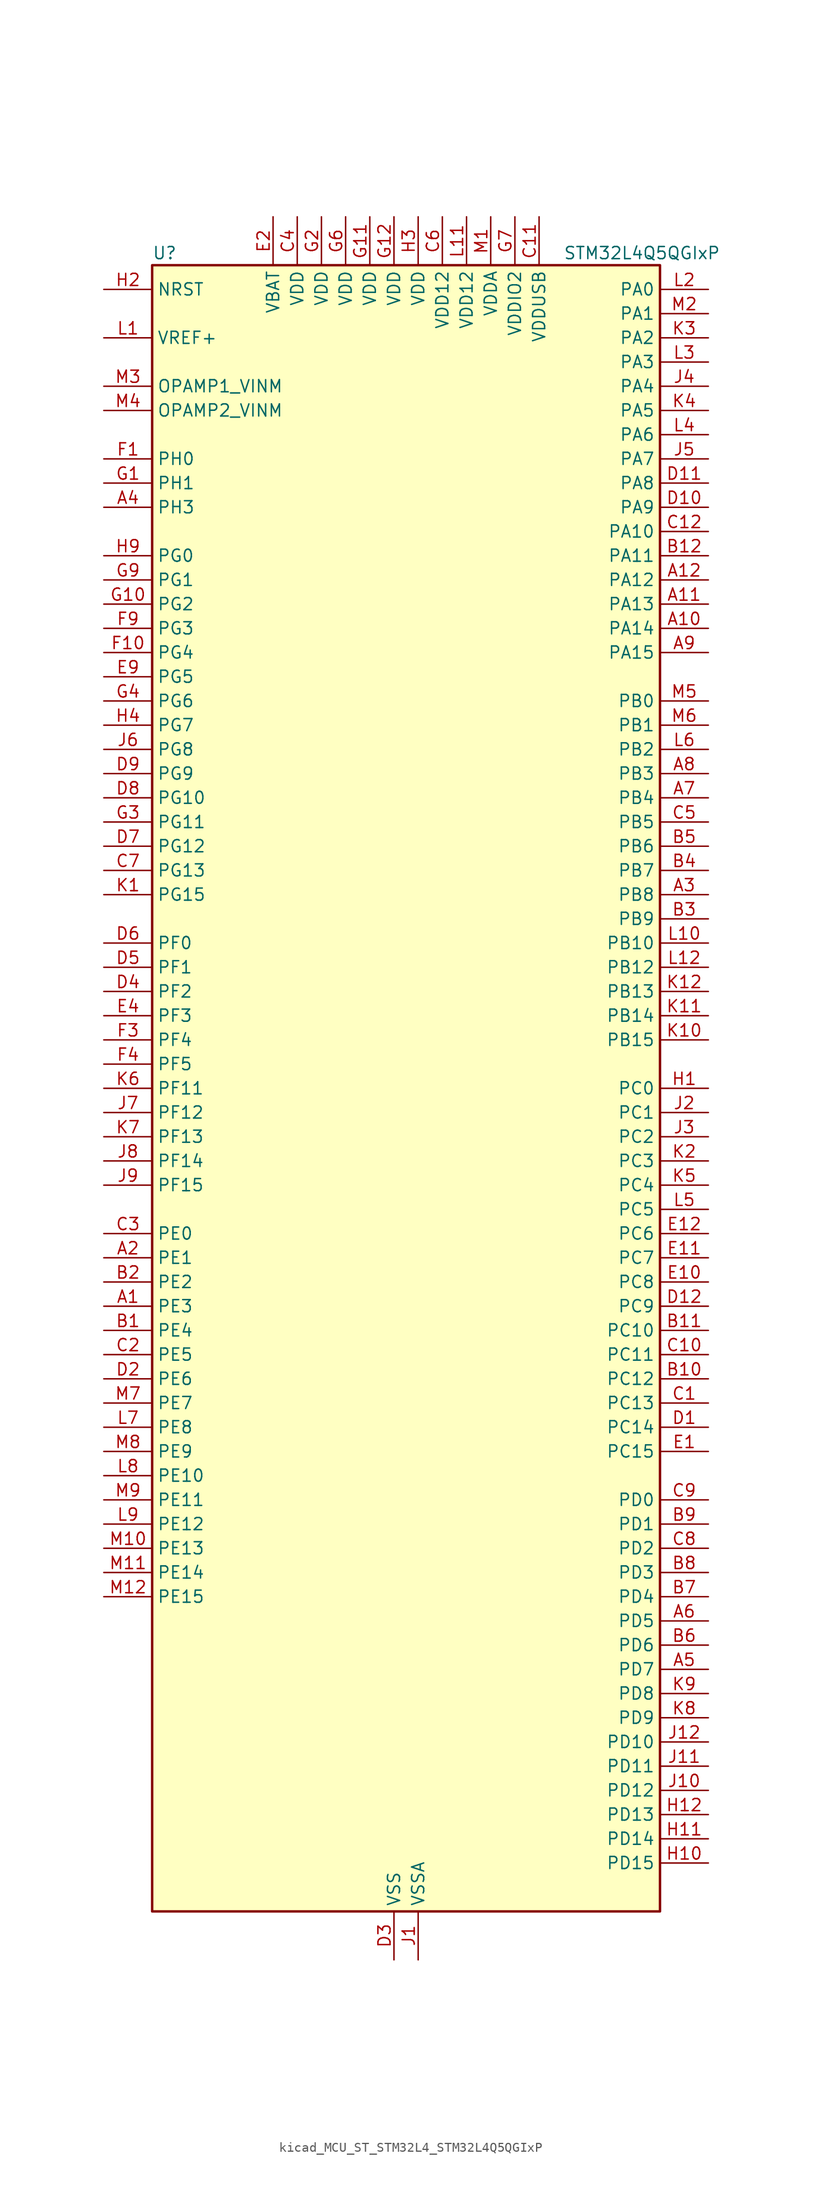
<source format=kicad_sym>
(kicad_symbol_lib
  (version 20220914)
  (generator kicad_symbol_editor)
  (symbol "kicad_MCU_ST_STM32L4_STM32L4Q5QGIxP"
    (property "Reference" "U"
      (at -25.4 87.63 0)
      (effects (font (size 1.27 1.27)) (justify left)))
    (property "Value" "STM32L4Q5QGIxP"
      (at 17.78 87.63 0)
      (effects (font (size 1.27 1.27)) (justify left)))
    (property "ki_locked" ""
      (at 0 0 0)
      (effects (font (size 1.27 1.27))))
    (symbol "kicad_MCU_ST_STM32L4_STM32L4Q5QGIxP_0_1"
      (rectangle (start -25.4 -86.36) (end 27.94 86.36) (stroke (width 0.254) (type default)) (fill (type background))))
    (symbol "kicad_MCU_ST_STM32L4_STM32L4Q5QGIxP_1_1"
      (pin bidirectional line (at -30.48 -22.86 0) (length 5.08) (name "PE3" (effects (font (size 1.27 1.27)))) (number "A1" (effects (font (size 1.27 1.27)))) (alternate "FMC_A19" bidirectional line) (alternate "LTDC_R6" bidirectional line) (alternate "OCTOSPIM_P1_DQS" bidirectional line) (alternate "SAI1_SD_B" bidirectional line) (alternate "SYS_TRACED0" bidirectional line) (alternate "TIM3_CH1" bidirectional line) (alternate "TSC_G7_IO2" bidirectional line))
      (pin bidirectional line (at 33.02 48.26 180) (length 5.08) (name "PA14" (effects (font (size 1.27 1.27)))) (number "A10" (effects (font (size 1.27 1.27)))) (alternate "I2C1_SMBA" bidirectional line) (alternate "I2C4_SMBA" bidirectional line) (alternate "LPTIM1_OUT" bidirectional line) (alternate "SAI1_FS_B" bidirectional line) (alternate "SYS_JTCK-SWCLK" bidirectional line) (alternate "USB_OTG_FS_SOF" bidirectional line))
      (pin bidirectional line (at 33.02 50.8 180) (length 5.08) (name "PA13" (effects (font (size 1.27 1.27)))) (number "A11" (effects (font (size 1.27 1.27)))) (alternate "IR_OUT" bidirectional line) (alternate "SAI1_SD_B" bidirectional line) (alternate "SYS_JTMS-SWDIO" bidirectional line) (alternate "USB_OTG_FS_NOE" bidirectional line))
      (pin bidirectional line (at 33.02 53.34 180) (length 5.08) (name "PA12" (effects (font (size 1.27 1.27)))) (number "A12" (effects (font (size 1.27 1.27)))) (alternate "CAN1_TX" bidirectional line) (alternate "LTDC_VSYNC" bidirectional line) (alternate "OCTOSPIM_P2_NCS" bidirectional line) (alternate "SPI1_MOSI" bidirectional line) (alternate "TIM1_ETR" bidirectional line) (alternate "USART1_DE" bidirectional line) (alternate "USART1_RTS" bidirectional line) (alternate "USB_OTG_FS_DP" bidirectional line))
      (pin bidirectional line (at -30.48 -17.78 0) (length 5.08) (name "PE1" (effects (font (size 1.27 1.27)))) (number "A2" (effects (font (size 1.27 1.27)))) (alternate "DCMI_D3" bidirectional line) (alternate "FMC_NBL1" bidirectional line) (alternate "LTDC_VSYNC" bidirectional line) (alternate "PSSI_D3" bidirectional line) (alternate "TIM17_CH1" bidirectional line))
      (pin bidirectional line (at 33.02 20.32 180) (length 5.08) (name "PB8" (effects (font (size 1.27 1.27)))) (number "A3" (effects (font (size 1.27 1.27)))) (alternate "CAN1_RX" bidirectional line) (alternate "DCMI_D6" bidirectional line) (alternate "DFSDM1_CKOUT" bidirectional line) (alternate "I2C1_SCL" bidirectional line) (alternate "LTDC_DE" bidirectional line) (alternate "PSSI_D6" bidirectional line) (alternate "SAI1_CK1" bidirectional line) (alternate "SAI1_MCLK_A" bidirectional line) (alternate "SDMMC1_CKIN" bidirectional line) (alternate "SDMMC1_D4" bidirectional line) (alternate "SDMMC2_D4" bidirectional line) (alternate "TIM16_CH1" bidirectional line) (alternate "TIM4_CH3" bidirectional line))
      (pin bidirectional line (at -30.48 60.96 0) (length 5.08) (name "PH3" (effects (font (size 1.27 1.27)))) (number "A4" (effects (font (size 1.27 1.27)))))
      (pin bidirectional line (at 33.02 -60.96 180) (length 5.08) (name "PD7" (effects (font (size 1.27 1.27)))) (number "A5" (effects (font (size 1.27 1.27)))) (alternate "DFSDM1_CKIN1" bidirectional line) (alternate "FMC_NCE" bidirectional line) (alternate "FMC_NE1" bidirectional line) (alternate "OCTOSPIM_P1_IO7" bidirectional line) (alternate "SDMMC2_CMD" bidirectional line) (alternate "USART2_CK" bidirectional line))
      (pin bidirectional line (at 33.02 -55.88 180) (length 5.08) (name "PD5" (effects (font (size 1.27 1.27)))) (number "A6" (effects (font (size 1.27 1.27)))) (alternate "FMC_NWE" bidirectional line) (alternate "OCTOSPIM_P1_IO5" bidirectional line) (alternate "USART2_TX" bidirectional line))
      (pin bidirectional line (at 33.02 30.48 180) (length 5.08) (name "PB4" (effects (font (size 1.27 1.27)))) (number "A7" (effects (font (size 1.27 1.27)))) (alternate "COMP2_INP" bidirectional line) (alternate "DCMI_D12" bidirectional line) (alternate "I2C3_SDA" bidirectional line) (alternate "OCTOSPIM_P1_IO5" bidirectional line) (alternate "PSSI_D12" bidirectional line) (alternate "SAI1_MCLK_B" bidirectional line) (alternate "SDMMC2_D3" bidirectional line) (alternate "SPI1_MISO" bidirectional line) (alternate "SPI3_MISO" bidirectional line) (alternate "SYS_JTRST" bidirectional line) (alternate "TIM17_BKIN" bidirectional line) (alternate "TIM3_CH1" bidirectional line) (alternate "TSC_G2_IO1" bidirectional line) (alternate "UART5_DE" bidirectional line) (alternate "UART5_RTS" bidirectional line) (alternate "USART1_CTS" bidirectional line) (alternate "USART1_NSS" bidirectional line))
      (pin bidirectional line (at 33.02 33.02 180) (length 5.08) (name "PB3" (effects (font (size 1.27 1.27)))) (number "A8" (effects (font (size 1.27 1.27)))) (alternate "COMP2_INM" bidirectional line) (alternate "CRS_SYNC" bidirectional line) (alternate "OCTOSPIM_P1_IO4" bidirectional line) (alternate "SAI1_SCK_B" bidirectional line) (alternate "SDMMC2_D2" bidirectional line) (alternate "SPI1_SCK" bidirectional line) (alternate "SPI3_SCK" bidirectional line) (alternate "SYS_JTDO-SWO" bidirectional line) (alternate "TIM2_CH2" bidirectional line) (alternate "USART1_DE" bidirectional line) (alternate "USART1_RTS" bidirectional line))
      (pin bidirectional line (at 33.02 45.72 180) (length 5.08) (name "PA15" (effects (font (size 1.27 1.27)))) (number "A9" (effects (font (size 1.27 1.27)))) (alternate "ADC1_EXTI15" bidirectional line) (alternate "ADC2_EXTI15" bidirectional line) (alternate "LTDC_HSYNC" bidirectional line) (alternate "SAI2_FS_B" bidirectional line) (alternate "SPI1_NSS" bidirectional line) (alternate "SPI3_NSS" bidirectional line) (alternate "SYS_JTDI" bidirectional line) (alternate "TIM2_CH1" bidirectional line) (alternate "TIM2_ETR" bidirectional line) (alternate "TSC_G3_IO1" bidirectional line) (alternate "UART4_DE" bidirectional line) (alternate "UART4_RTS" bidirectional line) (alternate "USART2_RX" bidirectional line) (alternate "USART3_DE" bidirectional line) (alternate "USART3_RTS" bidirectional line))
      (pin bidirectional line (at -30.48 -25.4 0) (length 5.08) (name "PE4" (effects (font (size 1.27 1.27)))) (number "B1" (effects (font (size 1.27 1.27)))) (alternate "DCMI_D4" bidirectional line) (alternate "DFSDM1_DATIN3" bidirectional line) (alternate "FMC_A20" bidirectional line) (alternate "LTDC_B7" bidirectional line) (alternate "PSSI_D4" bidirectional line) (alternate "SAI1_D2" bidirectional line) (alternate "SAI1_FS_A" bidirectional line) (alternate "SYS_TRACED1" bidirectional line) (alternate "TIM3_CH2" bidirectional line) (alternate "TSC_G7_IO3" bidirectional line))
      (pin bidirectional line (at 33.02 -30.48 180) (length 5.08) (name "PC12" (effects (font (size 1.27 1.27)))) (number "B10" (effects (font (size 1.27 1.27)))) (alternate "DCMI_D9" bidirectional line) (alternate "LTDC_R6" bidirectional line) (alternate "PSSI_D9" bidirectional line) (alternate "SAI2_SD_B" bidirectional line) (alternate "SDMMC1_CK" bidirectional line) (alternate "SPI3_MOSI" bidirectional line) (alternate "SYS_TRACED3" bidirectional line) (alternate "TSC_G3_IO4" bidirectional line) (alternate "UART5_TX" bidirectional line) (alternate "USART3_CK" bidirectional line))
      (pin bidirectional line (at 33.02 -25.4 180) (length 5.08) (name "PC10" (effects (font (size 1.27 1.27)))) (number "B11" (effects (font (size 1.27 1.27)))) (alternate "DCMI_D8" bidirectional line) (alternate "DCMI_VSYNC" bidirectional line) (alternate "PSSI_D8" bidirectional line) (alternate "PSSI_RDY" bidirectional line) (alternate "SAI2_SCK_B" bidirectional line) (alternate "SDMMC1_D2" bidirectional line) (alternate "SPI3_SCK" bidirectional line) (alternate "SYS_TRACED1" bidirectional line) (alternate "TSC_G3_IO2" bidirectional line) (alternate "UART4_TX" bidirectional line) (alternate "USART3_TX" bidirectional line))
      (pin bidirectional line (at 33.02 55.88 180) (length 5.08) (name "PA11" (effects (font (size 1.27 1.27)))) (number "B12" (effects (font (size 1.27 1.27)))) (alternate "ADC1_EXTI11" bidirectional line) (alternate "ADC2_EXTI11" bidirectional line) (alternate "CAN1_RX" bidirectional line) (alternate "LTDC_DE" bidirectional line) (alternate "SPI1_MISO" bidirectional line) (alternate "TIM1_BKIN2" bidirectional line) (alternate "TIM1_CH4" bidirectional line) (alternate "USART1_CTS" bidirectional line) (alternate "USART1_NSS" bidirectional line) (alternate "USB_OTG_FS_DM" bidirectional line))
      (pin bidirectional line (at -30.48 -20.32 0) (length 5.08) (name "PE2" (effects (font (size 1.27 1.27)))) (number "B2" (effects (font (size 1.27 1.27)))) (alternate "FMC_A23" bidirectional line) (alternate "LTDC_R7" bidirectional line) (alternate "SAI1_CK1" bidirectional line) (alternate "SAI1_MCLK_A" bidirectional line) (alternate "SYS_TRACECLK" bidirectional line) (alternate "TIM3_ETR" bidirectional line) (alternate "TSC_G7_IO1" bidirectional line))
      (pin bidirectional line (at 33.02 17.78 180) (length 5.08) (name "PB9" (effects (font (size 1.27 1.27)))) (number "B3" (effects (font (size 1.27 1.27)))) (alternate "CAN1_TX" bidirectional line) (alternate "DAC1_EXTI9" bidirectional line) (alternate "DCMI_D7" bidirectional line) (alternate "I2C1_SDA" bidirectional line) (alternate "IR_OUT" bidirectional line) (alternate "PSSI_D7" bidirectional line) (alternate "SAI1_D2" bidirectional line) (alternate "SAI1_FS_A" bidirectional line) (alternate "SDMMC1_CDIR" bidirectional line) (alternate "SDMMC1_D5" bidirectional line) (alternate "SDMMC2_D5" bidirectional line) (alternate "SPI2_NSS" bidirectional line) (alternate "TIM17_CH1" bidirectional line) (alternate "TIM4_CH4" bidirectional line))
      (pin bidirectional line (at 33.02 22.86 180) (length 5.08) (name "PB7" (effects (font (size 1.27 1.27)))) (number "B4" (effects (font (size 1.27 1.27)))) (alternate "COMP2_INM" bidirectional line) (alternate "DCMI_VSYNC" bidirectional line) (alternate "FMC_NL" bidirectional line) (alternate "I2C1_SDA" bidirectional line) (alternate "I2C4_SDA" bidirectional line) (alternate "LPTIM1_IN2" bidirectional line) (alternate "LTDC_VSYNC" bidirectional line) (alternate "PSSI_RDY" bidirectional line) (alternate "SYS_PVD_IN" bidirectional line) (alternate "TIM17_CH1N" bidirectional line) (alternate "TIM4_CH2" bidirectional line) (alternate "TIM8_BKIN" bidirectional line) (alternate "TSC_G2_IO4" bidirectional line) (alternate "UART4_CTS" bidirectional line) (alternate "USART1_RX" bidirectional line))
      (pin bidirectional line (at 33.02 25.4 180) (length 5.08) (name "PB6" (effects (font (size 1.27 1.27)))) (number "B5" (effects (font (size 1.27 1.27)))) (alternate "COMP2_INP" bidirectional line) (alternate "DCMI_D5" bidirectional line) (alternate "I2C1_SCL" bidirectional line) (alternate "I2C4_SCL" bidirectional line) (alternate "LPTIM1_ETR" bidirectional line) (alternate "LTDC_R6" bidirectional line) (alternate "PSSI_D5" bidirectional line) (alternate "SAI1_FS_B" bidirectional line) (alternate "TIM16_CH1N" bidirectional line) (alternate "TIM4_CH1" bidirectional line) (alternate "TIM8_BKIN2" bidirectional line) (alternate "TSC_G2_IO3" bidirectional line) (alternate "USART1_TX" bidirectional line))
      (pin bidirectional line (at 33.02 -58.42 180) (length 5.08) (name "PD6" (effects (font (size 1.27 1.27)))) (number "B6" (effects (font (size 1.27 1.27)))) (alternate "DCMI_D10" bidirectional line) (alternate "DFSDM1_DATIN1" bidirectional line) (alternate "FMC_NWAIT" bidirectional line) (alternate "LTDC_DE" bidirectional line) (alternate "OCTOSPIM_P1_IO6" bidirectional line) (alternate "PSSI_D10" bidirectional line) (alternate "SAI1_D1" bidirectional line) (alternate "SAI1_SD_A" bidirectional line) (alternate "SDMMC2_CK" bidirectional line) (alternate "SPI3_MOSI" bidirectional line) (alternate "USART2_RX" bidirectional line))
      (pin bidirectional line (at 33.02 -53.34 180) (length 5.08) (name "PD4" (effects (font (size 1.27 1.27)))) (number "B7" (effects (font (size 1.27 1.27)))) (alternate "DFSDM1_CKIN0" bidirectional line) (alternate "FMC_NOE" bidirectional line) (alternate "OCTOSPIM_P1_IO4" bidirectional line) (alternate "SDMMC2_CKIN" bidirectional line) (alternate "SPI2_MOSI" bidirectional line) (alternate "USART2_DE" bidirectional line) (alternate "USART2_RTS" bidirectional line))
      (pin bidirectional line (at 33.02 -50.8 180) (length 5.08) (name "PD3" (effects (font (size 1.27 1.27)))) (number "B8" (effects (font (size 1.27 1.27)))) (alternate "DCMI_D5" bidirectional line) (alternate "DFSDM1_DATIN0" bidirectional line) (alternate "FMC_CLK" bidirectional line) (alternate "LTDC_CLK" bidirectional line) (alternate "OCTOSPIM_P2_NCS" bidirectional line) (alternate "PSSI_D5" bidirectional line) (alternate "SPI2_MISO" bidirectional line) (alternate "SPI2_SCK" bidirectional line) (alternate "USART2_CTS" bidirectional line) (alternate "USART2_NSS" bidirectional line))
      (pin bidirectional line (at 33.02 -45.72 180) (length 5.08) (name "PD1" (effects (font (size 1.27 1.27)))) (number "B9" (effects (font (size 1.27 1.27)))) (alternate "CAN1_TX" bidirectional line) (alternate "FMC_D3" bidirectional line) (alternate "FMC_DA3" bidirectional line) (alternate "LTDC_B5" bidirectional line) (alternate "SPI2_SCK" bidirectional line))
      (pin bidirectional line (at 33.02 -33.02 180) (length 5.08) (name "PC13" (effects (font (size 1.27 1.27)))) (number "C1" (effects (font (size 1.27 1.27)))) (alternate "RTC_OUT1" bidirectional line) (alternate "RTC_TAMP1" bidirectional line) (alternate "RTC_TS" bidirectional line) (alternate "SYS_WKUP2" bidirectional line))
      (pin bidirectional line (at 33.02 -27.94 180) (length 5.08) (name "PC11" (effects (font (size 1.27 1.27)))) (number "C10" (effects (font (size 1.27 1.27)))) (alternate "ADC1_EXTI11" bidirectional line) (alternate "ADC2_EXTI11" bidirectional line) (alternate "DCMI_D2" bidirectional line) (alternate "DCMI_D4" bidirectional line) (alternate "OCTOSPIM_P1_NCS" bidirectional line) (alternate "PSSI_D2" bidirectional line) (alternate "PSSI_D4" bidirectional line) (alternate "SAI2_MCLK_B" bidirectional line) (alternate "SDMMC1_D3" bidirectional line) (alternate "SPI3_MISO" bidirectional line) (alternate "TSC_G3_IO3" bidirectional line) (alternate "UART4_RX" bidirectional line) (alternate "USART3_RX" bidirectional line))
      (pin power_in line (at 15.24 91.44 270) (length 5.08) (name "VDDUSB" (effects (font (size 1.27 1.27)))) (number "C11" (effects (font (size 1.27 1.27)))))
      (pin bidirectional line (at 33.02 58.42 180) (length 5.08) (name "PA10" (effects (font (size 1.27 1.27)))) (number "C12" (effects (font (size 1.27 1.27)))) (alternate "DCMI_D1" bidirectional line) (alternate "LTDC_G6" bidirectional line) (alternate "PSSI_D1" bidirectional line) (alternate "SAI1_D1" bidirectional line) (alternate "SAI1_SD_A" bidirectional line) (alternate "TIM17_BKIN" bidirectional line) (alternate "TIM1_CH3" bidirectional line) (alternate "USART1_RX" bidirectional line) (alternate "USB_OTG_FS_ID" bidirectional line))
      (pin bidirectional line (at -30.48 -27.94 0) (length 5.08) (name "PE5" (effects (font (size 1.27 1.27)))) (number "C2" (effects (font (size 1.27 1.27)))) (alternate "DCMI_D6" bidirectional line) (alternate "DFSDM1_CKIN3" bidirectional line) (alternate "FMC_A21" bidirectional line) (alternate "LTDC_G7" bidirectional line) (alternate "PSSI_D6" bidirectional line) (alternate "SAI1_CK2" bidirectional line) (alternate "SAI1_SCK_A" bidirectional line) (alternate "SYS_TRACED2" bidirectional line) (alternate "TIM3_CH3" bidirectional line) (alternate "TSC_G7_IO4" bidirectional line))
      (pin bidirectional line (at -30.48 -15.24 0) (length 5.08) (name "PE0" (effects (font (size 1.27 1.27)))) (number "C3" (effects (font (size 1.27 1.27)))) (alternate "DCMI_D2" bidirectional line) (alternate "FMC_NBL0" bidirectional line) (alternate "LTDC_HSYNC" bidirectional line) (alternate "PSSI_D2" bidirectional line) (alternate "TIM16_CH1" bidirectional line) (alternate "TIM4_ETR" bidirectional line))
      (pin power_in line (at -10.16 91.44 270) (length 5.08) (name "VDD" (effects (font (size 1.27 1.27)))) (number "C4" (effects (font (size 1.27 1.27)))))
      (pin bidirectional line (at 33.02 27.94 180) (length 5.08) (name "PB5" (effects (font (size 1.27 1.27)))) (number "C5" (effects (font (size 1.27 1.27)))) (alternate "COMP2_OUT" bidirectional line) (alternate "DCMI_D10" bidirectional line) (alternate "I2C1_SMBA" bidirectional line) (alternate "LPTIM1_IN1" bidirectional line) (alternate "OCTOSPIM_P1_IO0" bidirectional line) (alternate "PSSI_D10" bidirectional line) (alternate "SAI1_SD_B" bidirectional line) (alternate "SPI1_MOSI" bidirectional line) (alternate "SPI3_MOSI" bidirectional line) (alternate "TIM16_BKIN" bidirectional line) (alternate "TIM3_CH2" bidirectional line) (alternate "TSC_G2_IO2" bidirectional line) (alternate "UART5_CTS" bidirectional line) (alternate "USART1_CK" bidirectional line))
      (pin power_in line (at 5.08 91.44 270) (length 5.08) (name "VDD12" (effects (font (size 1.27 1.27)))) (number "C6" (effects (font (size 1.27 1.27)))))
      (pin bidirectional line (at -30.48 22.86 0) (length 5.08) (name "PG13" (effects (font (size 1.27 1.27)))) (number "C7" (effects (font (size 1.27 1.27)))) (alternate "FMC_A24" bidirectional line) (alternate "I2C1_SDA" bidirectional line) (alternate "LTDC_R0" bidirectional line) (alternate "USART1_CK" bidirectional line))
      (pin bidirectional line (at 33.02 -48.26 180) (length 5.08) (name "PD2" (effects (font (size 1.27 1.27)))) (number "C8" (effects (font (size 1.27 1.27)))) (alternate "DCMI_D11" bidirectional line) (alternate "PSSI_D11" bidirectional line) (alternate "SDMMC1_CMD" bidirectional line) (alternate "SYS_TRACED2" bidirectional line) (alternate "TIM3_ETR" bidirectional line) (alternate "TSC_SYNC" bidirectional line) (alternate "UART5_RX" bidirectional line) (alternate "USART3_DE" bidirectional line) (alternate "USART3_RTS" bidirectional line))
      (pin bidirectional line (at 33.02 -43.18 180) (length 5.08) (name "PD0" (effects (font (size 1.27 1.27)))) (number "C9" (effects (font (size 1.27 1.27)))) (alternate "CAN1_RX" bidirectional line) (alternate "FMC_D2" bidirectional line) (alternate "FMC_DA2" bidirectional line) (alternate "LTDC_B4" bidirectional line) (alternate "SPI2_NSS" bidirectional line))
      (pin bidirectional line (at 33.02 -35.56 180) (length 5.08) (name "PC14" (effects (font (size 1.27 1.27)))) (number "D1" (effects (font (size 1.27 1.27)))) (alternate "RCC_OSC32_IN" bidirectional line))
      (pin bidirectional line (at 33.02 60.96 180) (length 5.08) (name "PA9" (effects (font (size 1.27 1.27)))) (number "D10" (effects (font (size 1.27 1.27)))) (alternate "DAC1_EXTI9" bidirectional line) (alternate "DCMI_D0" bidirectional line) (alternate "LTDC_G7" bidirectional line) (alternate "PSSI_D0" bidirectional line) (alternate "SAI1_FS_A" bidirectional line) (alternate "SPI2_SCK" bidirectional line) (alternate "TIM15_BKIN" bidirectional line) (alternate "TIM1_CH2" bidirectional line) (alternate "USART1_TX" bidirectional line) (alternate "USB_OTG_FS_VBUS" bidirectional line))
      (pin bidirectional line (at 33.02 63.5 180) (length 5.08) (name "PA8" (effects (font (size 1.27 1.27)))) (number "D11" (effects (font (size 1.27 1.27)))) (alternate "LPTIM2_OUT" bidirectional line) (alternate "LTDC_B7" bidirectional line) (alternate "RCC_MCO" bidirectional line) (alternate "SAI1_CK2" bidirectional line) (alternate "SAI1_SCK_A" bidirectional line) (alternate "TIM1_CH1" bidirectional line) (alternate "USART1_CK" bidirectional line) (alternate "USB_OTG_FS_SOF" bidirectional line))
      (pin bidirectional line (at 33.02 -22.86 180) (length 5.08) (name "PC9" (effects (font (size 1.27 1.27)))) (number "D12" (effects (font (size 1.27 1.27)))) (alternate "DAC1_EXTI9" bidirectional line) (alternate "DCMI_D3" bidirectional line) (alternate "I2C3_SDA" bidirectional line) (alternate "PSSI_D3" bidirectional line) (alternate "SAI2_EXTCLK" bidirectional line) (alternate "SDMMC1_D1" bidirectional line) (alternate "SYS_TRACED0" bidirectional line) (alternate "TIM3_CH4" bidirectional line) (alternate "TIM8_BKIN2" bidirectional line) (alternate "TIM8_CH4" bidirectional line) (alternate "TSC_G4_IO4" bidirectional line) (alternate "USB_OTG_FS_NOE" bidirectional line))
      (pin bidirectional line (at -30.48 -30.48 0) (length 5.08) (name "PE6" (effects (font (size 1.27 1.27)))) (number "D2" (effects (font (size 1.27 1.27)))) (alternate "DCMI_D7" bidirectional line) (alternate "FMC_A22" bidirectional line) (alternate "LTDC_G6" bidirectional line) (alternate "PSSI_D7" bidirectional line) (alternate "RTC_TAMP3" bidirectional line) (alternate "SAI1_D1" bidirectional line) (alternate "SAI1_SD_A" bidirectional line) (alternate "SYS_TRACED3" bidirectional line) (alternate "SYS_WKUP3" bidirectional line) (alternate "TIM3_CH4" bidirectional line))
      (pin power_in line (at 0 -91.44 90) (length 5.08) (name "VSS" (effects (font (size 1.27 1.27)))) (number "D3" (effects (font (size 1.27 1.27)))))
      (pin bidirectional line (at -30.48 10.16 0) (length 5.08) (name "PF2" (effects (font (size 1.27 1.27)))) (number "D4" (effects (font (size 1.27 1.27)))) (alternate "FMC_A2" bidirectional line) (alternate "I2C2_SMBA" bidirectional line) (alternate "OCTOSPIM_P2_IO2" bidirectional line))
      (pin bidirectional line (at -30.48 12.7 0) (length 5.08) (name "PF1" (effects (font (size 1.27 1.27)))) (number "D5" (effects (font (size 1.27 1.27)))) (alternate "FMC_A1" bidirectional line) (alternate "I2C2_SCL" bidirectional line) (alternate "OCTOSPIM_P2_IO1" bidirectional line))
      (pin bidirectional line (at -30.48 15.24 0) (length 5.08) (name "PF0" (effects (font (size 1.27 1.27)))) (number "D6" (effects (font (size 1.27 1.27)))) (alternate "FMC_A0" bidirectional line) (alternate "I2C2_SDA" bidirectional line) (alternate "OCTOSPIM_P2_IO0" bidirectional line))
      (pin bidirectional line (at -30.48 25.4 0) (length 5.08) (name "PG12" (effects (font (size 1.27 1.27)))) (number "D7" (effects (font (size 1.27 1.27)))) (alternate "FMC_NE4" bidirectional line) (alternate "LPTIM1_ETR" bidirectional line) (alternate "OCTOSPIM_P2_NCS" bidirectional line) (alternate "SAI2_SD_A" bidirectional line) (alternate "SDMMC2_D3" bidirectional line) (alternate "SPI3_NSS" bidirectional line) (alternate "USART1_DE" bidirectional line) (alternate "USART1_RTS" bidirectional line))
      (pin bidirectional line (at -30.48 30.48 0) (length 5.08) (name "PG10" (effects (font (size 1.27 1.27)))) (number "D8" (effects (font (size 1.27 1.27)))) (alternate "FMC_NE3" bidirectional line) (alternate "LPTIM1_IN1" bidirectional line) (alternate "OCTOSPIM_P2_IO7" bidirectional line) (alternate "SAI2_FS_A" bidirectional line) (alternate "SDMMC2_D1" bidirectional line) (alternate "SPI3_MISO" bidirectional line) (alternate "TIM15_CH1" bidirectional line) (alternate "USART1_RX" bidirectional line))
      (pin bidirectional line (at -30.48 33.02 0) (length 5.08) (name "PG9" (effects (font (size 1.27 1.27)))) (number "D9" (effects (font (size 1.27 1.27)))) (alternate "DAC1_EXTI9" bidirectional line) (alternate "FMC_NCE" bidirectional line) (alternate "FMC_NE2" bidirectional line) (alternate "OCTOSPIM_P2_IO6" bidirectional line) (alternate "SAI2_SCK_A" bidirectional line) (alternate "SDMMC2_D0" bidirectional line) (alternate "SPI3_SCK" bidirectional line) (alternate "TIM15_CH1N" bidirectional line) (alternate "USART1_TX" bidirectional line))
      (pin bidirectional line (at 33.02 -38.1 180) (length 5.08) (name "PC15" (effects (font (size 1.27 1.27)))) (number "E1" (effects (font (size 1.27 1.27)))) (alternate "ADC1_EXTI15" bidirectional line) (alternate "ADC2_EXTI15" bidirectional line) (alternate "RCC_OSC32_OUT" bidirectional line))
      (pin bidirectional line (at 33.02 -20.32 180) (length 5.08) (name "PC8" (effects (font (size 1.27 1.27)))) (number "E10" (effects (font (size 1.27 1.27)))) (alternate "DCMI_D2" bidirectional line) (alternate "PSSI_D2" bidirectional line) (alternate "SDMMC1_D0" bidirectional line) (alternate "TIM3_CH3" bidirectional line) (alternate "TIM8_CH3" bidirectional line) (alternate "TSC_G4_IO3" bidirectional line))
      (pin bidirectional line (at 33.02 -17.78 180) (length 5.08) (name "PC7" (effects (font (size 1.27 1.27)))) (number "E11" (effects (font (size 1.27 1.27)))) (alternate "DCMI_D1" bidirectional line) (alternate "DFSDM1_DATIN3" bidirectional line) (alternate "LTDC_B6" bidirectional line) (alternate "PSSI_D1" bidirectional line) (alternate "SAI2_MCLK_B" bidirectional line) (alternate "SDMMC1_D123DIR" bidirectional line) (alternate "SDMMC1_D7" bidirectional line) (alternate "SDMMC2_D7" bidirectional line) (alternate "TIM3_CH2" bidirectional line) (alternate "TIM8_CH2" bidirectional line) (alternate "TSC_G4_IO2" bidirectional line))
      (pin bidirectional line (at 33.02 -15.24 180) (length 5.08) (name "PC6" (effects (font (size 1.27 1.27)))) (number "E12" (effects (font (size 1.27 1.27)))) (alternate "DCMI_D0" bidirectional line) (alternate "DFSDM1_CKIN3" bidirectional line) (alternate "LTDC_G7" bidirectional line) (alternate "PSSI_D0" bidirectional line) (alternate "SAI2_MCLK_A" bidirectional line) (alternate "SDMMC1_D0DIR" bidirectional line) (alternate "SDMMC1_D6" bidirectional line) (alternate "SDMMC2_D6" bidirectional line) (alternate "TIM3_CH1" bidirectional line) (alternate "TIM8_CH1" bidirectional line) (alternate "TSC_G4_IO1" bidirectional line))
      (pin power_in line (at -12.7 91.44 270) (length 5.08) (name "VBAT" (effects (font (size 1.27 1.27)))) (number "E2" (effects (font (size 1.27 1.27)))))
      (pin passive line (at 0 -91.44 90) (length 5.08) hide (name "VSS" (effects (font (size 1.27 1.27)))) (number "E3" (effects (font (size 1.27 1.27)))))
      (pin bidirectional line (at -30.48 7.62 0) (length 5.08) (name "PF3" (effects (font (size 1.27 1.27)))) (number "E4" (effects (font (size 1.27 1.27)))) (alternate "FMC_A3" bidirectional line) (alternate "OCTOSPIM_P2_IO3" bidirectional line))
      (pin bidirectional line (at -30.48 43.18 0) (length 5.08) (name "PG5" (effects (font (size 1.27 1.27)))) (number "E9" (effects (font (size 1.27 1.27)))) (alternate "FMC_A15" bidirectional line) (alternate "LPUART1_CTS" bidirectional line) (alternate "SAI2_SD_B" bidirectional line) (alternate "SDMMC2_D7" bidirectional line) (alternate "SPI1_NSS" bidirectional line))
      (pin bidirectional line (at -30.48 66.04 0) (length 5.08) (name "PH0" (effects (font (size 1.27 1.27)))) (number "F1" (effects (font (size 1.27 1.27)))) (alternate "RCC_OSC_IN" bidirectional line))
      (pin bidirectional line (at -30.48 45.72 0) (length 5.08) (name "PG4" (effects (font (size 1.27 1.27)))) (number "F10" (effects (font (size 1.27 1.27)))) (alternate "FMC_A14" bidirectional line) (alternate "SAI2_MCLK_B" bidirectional line) (alternate "SDMMC2_D6" bidirectional line) (alternate "SPI1_MOSI" bidirectional line))
      (pin passive line (at 0 -91.44 90) (length 5.08) hide (name "VSS" (effects (font (size 1.27 1.27)))) (number "F11" (effects (font (size 1.27 1.27)))))
      (pin passive line (at 0 -91.44 90) (length 5.08) hide (name "VSS" (effects (font (size 1.27 1.27)))) (number "F12" (effects (font (size 1.27 1.27)))))
      (pin passive line (at 0 -91.44 90) (length 5.08) hide (name "VSS" (effects (font (size 1.27 1.27)))) (number "F2" (effects (font (size 1.27 1.27)))))
      (pin bidirectional line (at -30.48 5.08 0) (length 5.08) (name "PF4" (effects (font (size 1.27 1.27)))) (number "F3" (effects (font (size 1.27 1.27)))) (alternate "FMC_A4" bidirectional line) (alternate "OCTOSPIM_P2_CLK" bidirectional line))
      (pin bidirectional line (at -30.48 2.54 0) (length 5.08) (name "PF5" (effects (font (size 1.27 1.27)))) (number "F4" (effects (font (size 1.27 1.27)))) (alternate "FMC_A5" bidirectional line) (alternate "OCTOSPIM_P2_NCLK" bidirectional line))
      (pin passive line (at 0 -91.44 90) (length 5.08) hide (name "VSS" (effects (font (size 1.27 1.27)))) (number "F6" (effects (font (size 1.27 1.27)))))
      (pin passive line (at 0 -91.44 90) (length 5.08) hide (name "VSS" (effects (font (size 1.27 1.27)))) (number "F7" (effects (font (size 1.27 1.27)))))
      (pin bidirectional line (at -30.48 48.26 0) (length 5.08) (name "PG3" (effects (font (size 1.27 1.27)))) (number "F9" (effects (font (size 1.27 1.27)))) (alternate "FMC_A13" bidirectional line) (alternate "SAI2_FS_B" bidirectional line) (alternate "SDMMC2_D5" bidirectional line) (alternate "SPI1_MISO" bidirectional line))
      (pin bidirectional line (at -30.48 63.5 0) (length 5.08) (name "PH1" (effects (font (size 1.27 1.27)))) (number "G1" (effects (font (size 1.27 1.27)))) (alternate "RCC_OSC_OUT" bidirectional line))
      (pin bidirectional line (at -30.48 50.8 0) (length 5.08) (name "PG2" (effects (font (size 1.27 1.27)))) (number "G10" (effects (font (size 1.27 1.27)))) (alternate "FMC_A12" bidirectional line) (alternate "SAI2_SCK_B" bidirectional line) (alternate "SDMMC2_D4" bidirectional line) (alternate "SPI1_SCK" bidirectional line))
      (pin power_in line (at -2.54 91.44 270) (length 5.08) (name "VDD" (effects (font (size 1.27 1.27)))) (number "G11" (effects (font (size 1.27 1.27)))))
      (pin power_in line (at 0 91.44 270) (length 5.08) (name "VDD" (effects (font (size 1.27 1.27)))) (number "G12" (effects (font (size 1.27 1.27)))))
      (pin power_in line (at -7.62 91.44 270) (length 5.08) (name "VDD" (effects (font (size 1.27 1.27)))) (number "G2" (effects (font (size 1.27 1.27)))))
      (pin bidirectional line (at -30.48 27.94 0) (length 5.08) (name "PG11" (effects (font (size 1.27 1.27)))) (number "G3" (effects (font (size 1.27 1.27)))) (alternate "ADC1_EXTI11" bidirectional line) (alternate "ADC2_EXTI11" bidirectional line) (alternate "LPTIM1_IN2" bidirectional line) (alternate "OCTOSPIM_P1_IO5" bidirectional line) (alternate "SAI2_MCLK_A" bidirectional line) (alternate "SDMMC2_D2" bidirectional line) (alternate "SPI3_MOSI" bidirectional line) (alternate "TIM15_CH2" bidirectional line) (alternate "USART1_CTS" bidirectional line) (alternate "USART1_NSS" bidirectional line))
      (pin bidirectional line (at -30.48 40.64 0) (length 5.08) (name "PG6" (effects (font (size 1.27 1.27)))) (number "G4" (effects (font (size 1.27 1.27)))) (alternate "I2C3_SMBA" bidirectional line) (alternate "LPUART1_DE" bidirectional line) (alternate "LPUART1_RTS" bidirectional line) (alternate "LTDC_R1" bidirectional line) (alternate "OCTOSPIM_P1_DQS" bidirectional line))
      (pin power_in line (at -5.08 91.44 270) (length 5.08) (name "VDD" (effects (font (size 1.27 1.27)))) (number "G6" (effects (font (size 1.27 1.27)))))
      (pin power_in line (at 12.7 91.44 270) (length 5.08) (name "VDDIO2" (effects (font (size 1.27 1.27)))) (number "G7" (effects (font (size 1.27 1.27)))))
      (pin bidirectional line (at -30.48 53.34 0) (length 5.08) (name "PG1" (effects (font (size 1.27 1.27)))) (number "G9" (effects (font (size 1.27 1.27)))) (alternate "FMC_A11" bidirectional line) (alternate "OCTOSPIM_P2_IO5" bidirectional line) (alternate "TSC_G8_IO4" bidirectional line))
      (pin bidirectional line (at 33.02 0 180) (length 5.08) (name "PC0" (effects (font (size 1.27 1.27)))) (number "H1" (effects (font (size 1.27 1.27)))) (alternate "ADC1_IN1" bidirectional line) (alternate "ADC2_IN1" bidirectional line) (alternate "I2C3_SCL" bidirectional line) (alternate "LPTIM1_IN1" bidirectional line) (alternate "LPTIM2_IN1" bidirectional line) (alternate "LPUART1_RX" bidirectional line) (alternate "LTDC_DE" bidirectional line) (alternate "SAI2_FS_A" bidirectional line) (alternate "SDMMC1_CMD" bidirectional line) (alternate "SDMMC2_CKIN" bidirectional line))
      (pin bidirectional line (at 33.02 -81.28 180) (length 5.08) (name "PD15" (effects (font (size 1.27 1.27)))) (number "H10" (effects (font (size 1.27 1.27)))) (alternate "ADC1_EXTI15" bidirectional line) (alternate "ADC2_EXTI15" bidirectional line) (alternate "FMC_D1" bidirectional line) (alternate "FMC_DA1" bidirectional line) (alternate "LTDC_B3" bidirectional line) (alternate "TIM4_CH4" bidirectional line))
      (pin bidirectional line (at 33.02 -78.74 180) (length 5.08) (name "PD14" (effects (font (size 1.27 1.27)))) (number "H11" (effects (font (size 1.27 1.27)))) (alternate "FMC_D0" bidirectional line) (alternate "FMC_DA0" bidirectional line) (alternate "LTDC_B2" bidirectional line) (alternate "TIM4_CH3" bidirectional line))
      (pin bidirectional line (at 33.02 -76.2 180) (length 5.08) (name "PD13" (effects (font (size 1.27 1.27)))) (number "H12" (effects (font (size 1.27 1.27)))) (alternate "FMC_A18" bidirectional line) (alternate "I2C4_SDA" bidirectional line) (alternate "LPTIM2_OUT" bidirectional line) (alternate "TIM4_CH2" bidirectional line) (alternate "TSC_G6_IO4" bidirectional line))
      (pin input line (at -30.48 83.82 0) (length 5.08) (name "NRST" (effects (font (size 1.27 1.27)))) (number "H2" (effects (font (size 1.27 1.27)))))
      (pin power_in line (at 2.54 91.44 270) (length 5.08) (name "VDD" (effects (font (size 1.27 1.27)))) (number "H3" (effects (font (size 1.27 1.27)))))
      (pin bidirectional line (at -30.48 38.1 0) (length 5.08) (name "PG7" (effects (font (size 1.27 1.27)))) (number "H4" (effects (font (size 1.27 1.27)))) (alternate "DFSDM1_CKOUT" bidirectional line) (alternate "FMC_INT" bidirectional line) (alternate "I2C3_SCL" bidirectional line) (alternate "LPUART1_TX" bidirectional line) (alternate "OCTOSPIM_P2_DQS" bidirectional line) (alternate "SAI1_CK1" bidirectional line) (alternate "SAI1_MCLK_A" bidirectional line))
      (pin bidirectional line (at -30.48 55.88 0) (length 5.08) (name "PG0" (effects (font (size 1.27 1.27)))) (number "H9" (effects (font (size 1.27 1.27)))) (alternate "FMC_A10" bidirectional line) (alternate "OCTOSPIM_P2_IO4" bidirectional line) (alternate "TSC_G8_IO3" bidirectional line))
      (pin power_in line (at 2.54 -91.44 90) (length 5.08) (name "VSSA" (effects (font (size 1.27 1.27)))) (number "J1" (effects (font (size 1.27 1.27)))))
      (pin bidirectional line (at 33.02 -73.66 180) (length 5.08) (name "PD12" (effects (font (size 1.27 1.27)))) (number "J10" (effects (font (size 1.27 1.27)))) (alternate "FMC_A17" bidirectional line) (alternate "FMC_ALE" bidirectional line) (alternate "I2C4_SCL" bidirectional line) (alternate "LPTIM2_IN1" bidirectional line) (alternate "LTDC_R7" bidirectional line) (alternate "SAI2_FS_A" bidirectional line) (alternate "TIM4_CH1" bidirectional line) (alternate "TSC_G6_IO3" bidirectional line) (alternate "USART3_DE" bidirectional line) (alternate "USART3_RTS" bidirectional line))
      (pin bidirectional line (at 33.02 -71.12 180) (length 5.08) (name "PD11" (effects (font (size 1.27 1.27)))) (number "J11" (effects (font (size 1.27 1.27)))) (alternate "ADC1_EXTI11" bidirectional line) (alternate "ADC2_EXTI11" bidirectional line) (alternate "FMC_A16" bidirectional line) (alternate "FMC_CLE" bidirectional line) (alternate "I2C4_SMBA" bidirectional line) (alternate "LPTIM2_ETR" bidirectional line) (alternate "LTDC_R6" bidirectional line) (alternate "SAI2_SD_A" bidirectional line) (alternate "TSC_G6_IO2" bidirectional line) (alternate "USART3_CTS" bidirectional line) (alternate "USART3_NSS" bidirectional line))
      (pin bidirectional line (at 33.02 -68.58 180) (length 5.08) (name "PD10" (effects (font (size 1.27 1.27)))) (number "J12" (effects (font (size 1.27 1.27)))) (alternate "FMC_D15" bidirectional line) (alternate "FMC_DA15" bidirectional line) (alternate "LTDC_R5" bidirectional line) (alternate "SAI2_SCK_A" bidirectional line) (alternate "TSC_G6_IO1" bidirectional line) (alternate "USART3_CK" bidirectional line))
      (pin bidirectional line (at 33.02 -2.54 180) (length 5.08) (name "PC1" (effects (font (size 1.27 1.27)))) (number "J2" (effects (font (size 1.27 1.27)))) (alternate "ADC1_IN2" bidirectional line) (alternate "ADC2_IN2" bidirectional line) (alternate "I2C3_SDA" bidirectional line) (alternate "LPTIM1_OUT" bidirectional line) (alternate "LPUART1_TX" bidirectional line) (alternate "OCTOSPIM_P1_IO4" bidirectional line) (alternate "SAI1_SD_A" bidirectional line) (alternate "SPI2_MOSI" bidirectional line) (alternate "SYS_TRACED0" bidirectional line))
      (pin bidirectional line (at 33.02 -5.08 180) (length 5.08) (name "PC2" (effects (font (size 1.27 1.27)))) (number "J3" (effects (font (size 1.27 1.27)))) (alternate "ADC1_IN3" bidirectional line) (alternate "ADC2_IN3" bidirectional line) (alternate "DFSDM1_CKOUT" bidirectional line) (alternate "LPTIM1_IN2" bidirectional line) (alternate "LTDC_HSYNC" bidirectional line) (alternate "OCTOSPIM_P1_IO5" bidirectional line) (alternate "SPI2_MISO" bidirectional line))
      (pin bidirectional line (at 33.02 73.66 180) (length 5.08) (name "PA4" (effects (font (size 1.27 1.27)))) (number "J4" (effects (font (size 1.27 1.27)))) (alternate "ADC1_IN9" bidirectional line) (alternate "ADC2_IN9" bidirectional line) (alternate "DAC1_OUT1" bidirectional line) (alternate "DCMI_HSYNC" bidirectional line) (alternate "LPTIM2_OUT" bidirectional line) (alternate "LTDC_CLK" bidirectional line) (alternate "OCTOSPIM_P1_NCS" bidirectional line) (alternate "PSSI_DE" bidirectional line) (alternate "SAI1_FS_B" bidirectional line) (alternate "SPI1_NSS" bidirectional line) (alternate "SPI3_NSS" bidirectional line) (alternate "USART2_CK" bidirectional line))
      (pin bidirectional line (at 33.02 66.04 180) (length 5.08) (name "PA7" (effects (font (size 1.27 1.27)))) (number "J5" (effects (font (size 1.27 1.27)))) (alternate "ADC1_IN12" bidirectional line) (alternate "ADC2_IN12" bidirectional line) (alternate "I2C3_SCL" bidirectional line) (alternate "OCTOSPIM_P1_IO2" bidirectional line) (alternate "OPAMP2_VINM" bidirectional line) (alternate "SPI1_MOSI" bidirectional line) (alternate "TIM17_CH1" bidirectional line) (alternate "TIM1_CH1N" bidirectional line) (alternate "TIM3_CH2" bidirectional line) (alternate "TIM8_CH1N" bidirectional line))
      (pin bidirectional line (at -30.48 35.56 0) (length 5.08) (name "PG8" (effects (font (size 1.27 1.27)))) (number "J6" (effects (font (size 1.27 1.27)))) (alternate "I2C3_SDA" bidirectional line) (alternate "LPUART1_RX" bidirectional line))
      (pin bidirectional line (at -30.48 -2.54 0) (length 5.08) (name "PF12" (effects (font (size 1.27 1.27)))) (number "J7" (effects (font (size 1.27 1.27)))) (alternate "FMC_A6" bidirectional line) (alternate "LTDC_B0" bidirectional line) (alternate "OCTOSPIM_P2_DQS" bidirectional line))
      (pin bidirectional line (at -30.48 -7.62 0) (length 5.08) (name "PF14" (effects (font (size 1.27 1.27)))) (number "J8" (effects (font (size 1.27 1.27)))) (alternate "FMC_A8" bidirectional line) (alternate "I2C4_SCL" bidirectional line) (alternate "LTDC_G0" bidirectional line) (alternate "TSC_G8_IO1" bidirectional line))
      (pin bidirectional line (at -30.48 -10.16 0) (length 5.08) (name "PF15" (effects (font (size 1.27 1.27)))) (number "J9" (effects (font (size 1.27 1.27)))) (alternate "ADC1_EXTI15" bidirectional line) (alternate "ADC2_EXTI15" bidirectional line) (alternate "FMC_A9" bidirectional line) (alternate "I2C4_SDA" bidirectional line) (alternate "LTDC_G1" bidirectional line) (alternate "TSC_G8_IO2" bidirectional line))
      (pin bidirectional line (at -30.48 20.32 0) (length 5.08) (name "PG15" (effects (font (size 1.27 1.27)))) (number "K1" (effects (font (size 1.27 1.27)))) (alternate "ADC1_EXTI15" bidirectional line) (alternate "ADC2_EXTI15" bidirectional line) (alternate "DCMI_D13" bidirectional line) (alternate "I2C1_SMBA" bidirectional line) (alternate "LPTIM1_OUT" bidirectional line) (alternate "OCTOSPIM_P2_DQS" bidirectional line) (alternate "PSSI_D13" bidirectional line))
      (pin bidirectional line (at 33.02 5.08 180) (length 5.08) (name "PB15" (effects (font (size 1.27 1.27)))) (number "K10" (effects (font (size 1.27 1.27)))) (alternate "ADC1_EXTI15" bidirectional line) (alternate "ADC2_EXTI15" bidirectional line) (alternate "DFSDM1_CKIN2" bidirectional line) (alternate "OCTOSPIM_P1_IO7" bidirectional line) (alternate "RTC_REFIN" bidirectional line) (alternate "SAI2_SD_A" bidirectional line) (alternate "SDMMC2_D1" bidirectional line) (alternate "SPI2_MOSI" bidirectional line) (alternate "TIM15_CH2" bidirectional line) (alternate "TIM1_CH3N" bidirectional line) (alternate "TIM8_CH3N" bidirectional line) (alternate "TSC_G1_IO4" bidirectional line))
      (pin bidirectional line (at 33.02 7.62 180) (length 5.08) (name "PB14" (effects (font (size 1.27 1.27)))) (number "K11" (effects (font (size 1.27 1.27)))) (alternate "DFSDM1_DATIN2" bidirectional line) (alternate "I2C2_SDA" bidirectional line) (alternate "OCTOSPIM_P1_IO6" bidirectional line) (alternate "SAI2_MCLK_A" bidirectional line) (alternate "SDMMC2_D0" bidirectional line) (alternate "SPI2_MISO" bidirectional line) (alternate "TIM15_CH1" bidirectional line) (alternate "TIM1_CH2N" bidirectional line) (alternate "TIM8_CH2N" bidirectional line) (alternate "TSC_G1_IO3" bidirectional line) (alternate "USART3_DE" bidirectional line) (alternate "USART3_RTS" bidirectional line))
      (pin bidirectional line (at 33.02 10.16 180) (length 5.08) (name "PB13" (effects (font (size 1.27 1.27)))) (number "K12" (effects (font (size 1.27 1.27)))) (alternate "DFSDM1_CKIN1" bidirectional line) (alternate "I2C2_SCL" bidirectional line) (alternate "LPUART1_CTS" bidirectional line) (alternate "OCTOSPIM_P1_IO1" bidirectional line) (alternate "SAI2_SCK_A" bidirectional line) (alternate "SPI2_SCK" bidirectional line) (alternate "TIM15_CH1N" bidirectional line) (alternate "TIM1_CH1N" bidirectional line) (alternate "TSC_G1_IO2" bidirectional line) (alternate "USART3_CTS" bidirectional line) (alternate "USART3_NSS" bidirectional line))
      (pin bidirectional line (at 33.02 -7.62 180) (length 5.08) (name "PC3" (effects (font (size 1.27 1.27)))) (number "K2" (effects (font (size 1.27 1.27)))) (alternate "ADC1_IN4" bidirectional line) (alternate "ADC2_IN4" bidirectional line) (alternate "LPTIM1_ETR" bidirectional line) (alternate "LPTIM2_ETR" bidirectional line) (alternate "OCTOSPIM_P1_IO6" bidirectional line) (alternate "SAI1_D1" bidirectional line) (alternate "SAI1_SD_A" bidirectional line) (alternate "SPI2_MOSI" bidirectional line))
      (pin bidirectional line (at 33.02 78.74 180) (length 5.08) (name "PA2" (effects (font (size 1.27 1.27)))) (number "K3" (effects (font (size 1.27 1.27)))) (alternate "ADC1_IN7" bidirectional line) (alternate "ADC2_IN7" bidirectional line) (alternate "LPUART1_TX" bidirectional line) (alternate "OCTOSPIM_P1_NCS" bidirectional line) (alternate "RCC_LSCO" bidirectional line) (alternate "SAI2_EXTCLK" bidirectional line) (alternate "SYS_WKUP4" bidirectional line) (alternate "TIM15_CH1" bidirectional line) (alternate "TIM2_CH3" bidirectional line) (alternate "TIM5_CH3" bidirectional line) (alternate "USART2_TX" bidirectional line))
      (pin bidirectional line (at 33.02 71.12 180) (length 5.08) (name "PA5" (effects (font (size 1.27 1.27)))) (number "K4" (effects (font (size 1.27 1.27)))) (alternate "ADC1_IN10" bidirectional line) (alternate "ADC2_IN10" bidirectional line) (alternate "DAC1_OUT2" bidirectional line) (alternate "LPTIM2_ETR" bidirectional line) (alternate "LTDC_R7" bidirectional line) (alternate "PSSI_D14" bidirectional line) (alternate "SPI1_SCK" bidirectional line) (alternate "TIM2_CH1" bidirectional line) (alternate "TIM2_ETR" bidirectional line) (alternate "TIM8_CH1N" bidirectional line))
      (pin bidirectional line (at 33.02 -10.16 180) (length 5.08) (name "PC4" (effects (font (size 1.27 1.27)))) (number "K5" (effects (font (size 1.27 1.27)))) (alternate "ADC1_IN13" bidirectional line) (alternate "ADC2_IN13" bidirectional line) (alternate "COMP1_INM" bidirectional line) (alternate "OCTOSPIM_P1_IO7" bidirectional line) (alternate "OCTOSPIM_P2_NCS" bidirectional line) (alternate "USART3_TX" bidirectional line))
      (pin bidirectional line (at -30.48 0 0) (length 5.08) (name "PF11" (effects (font (size 1.27 1.27)))) (number "K6" (effects (font (size 1.27 1.27)))) (alternate "ADC1_EXTI11" bidirectional line) (alternate "ADC2_EXTI11" bidirectional line) (alternate "DCMI_D12" bidirectional line) (alternate "LTDC_DE" bidirectional line) (alternate "OCTOSPIM_P1_NCLK" bidirectional line) (alternate "PSSI_D12" bidirectional line))
      (pin bidirectional line (at -30.48 -5.08 0) (length 5.08) (name "PF13" (effects (font (size 1.27 1.27)))) (number "K7" (effects (font (size 1.27 1.27)))) (alternate "FMC_A7" bidirectional line) (alternate "I2C4_SMBA" bidirectional line) (alternate "LTDC_B1" bidirectional line))
      (pin bidirectional line (at 33.02 -66.04 180) (length 5.08) (name "PD9" (effects (font (size 1.27 1.27)))) (number "K8" (effects (font (size 1.27 1.27)))) (alternate "DAC1_EXTI9" bidirectional line) (alternate "DCMI_PIXCLK" bidirectional line) (alternate "FMC_D14" bidirectional line) (alternate "FMC_DA14" bidirectional line) (alternate "LTDC_R4" bidirectional line) (alternate "PSSI_PDCK" bidirectional line) (alternate "SAI2_MCLK_A" bidirectional line) (alternate "USART3_RX" bidirectional line))
      (pin bidirectional line (at 33.02 -63.5 180) (length 5.08) (name "PD8" (effects (font (size 1.27 1.27)))) (number "K9" (effects (font (size 1.27 1.27)))) (alternate "DCMI_HSYNC" bidirectional line) (alternate "FMC_D13" bidirectional line) (alternate "FMC_DA13" bidirectional line) (alternate "LTDC_R3" bidirectional line) (alternate "PSSI_DE" bidirectional line) (alternate "USART3_TX" bidirectional line))
      (pin input line (at -30.48 78.74 0) (length 5.08) (name "VREF+" (effects (font (size 1.27 1.27)))) (number "L1" (effects (font (size 1.27 1.27)))) (alternate "VREFBUF_OUT" bidirectional line))
      (pin bidirectional line (at 33.02 15.24 180) (length 5.08) (name "PB10" (effects (font (size 1.27 1.27)))) (number "L10" (effects (font (size 1.27 1.27)))) (alternate "COMP1_OUT" bidirectional line) (alternate "I2C2_SCL" bidirectional line) (alternate "I2C4_SCL" bidirectional line) (alternate "LPUART1_RX" bidirectional line) (alternate "OCTOSPIM_P1_CLK" bidirectional line) (alternate "OCTOSPIM_P1_IO3" bidirectional line) (alternate "SAI1_SCK_A" bidirectional line) (alternate "SPI2_SCK" bidirectional line) (alternate "TIM2_CH3" bidirectional line) (alternate "TSC_SYNC" bidirectional line) (alternate "USART3_TX" bidirectional line))
      (pin power_in line (at 7.62 91.44 270) (length 5.08) (name "VDD12" (effects (font (size 1.27 1.27)))) (number "L11" (effects (font (size 1.27 1.27)))))
      (pin bidirectional line (at 33.02 12.7 180) (length 5.08) (name "PB12" (effects (font (size 1.27 1.27)))) (number "L12" (effects (font (size 1.27 1.27)))) (alternate "DFSDM1_DATIN1" bidirectional line) (alternate "I2C2_SMBA" bidirectional line) (alternate "LPUART1_DE" bidirectional line) (alternate "LPUART1_RTS" bidirectional line) (alternate "OCTOSPIM_P1_NCLK" bidirectional line) (alternate "SAI2_FS_A" bidirectional line) (alternate "SDMMC2_CK" bidirectional line) (alternate "SPI2_NSS" bidirectional line) (alternate "TIM15_BKIN" bidirectional line) (alternate "TIM1_BKIN" bidirectional line) (alternate "TSC_G1_IO1" bidirectional line) (alternate "USART3_CK" bidirectional line))
      (pin bidirectional line (at 33.02 83.82 180) (length 5.08) (name "PA0" (effects (font (size 1.27 1.27)))) (number "L2" (effects (font (size 1.27 1.27)))) (alternate "ADC1_IN5" bidirectional line) (alternate "ADC2_IN5" bidirectional line) (alternate "OPAMP1_VINP" bidirectional line) (alternate "RTC_TAMP2" bidirectional line) (alternate "SAI1_EXTCLK" bidirectional line) (alternate "SYS_WKUP1" bidirectional line) (alternate "TIM2_CH1" bidirectional line) (alternate "TIM2_ETR" bidirectional line) (alternate "TIM5_CH1" bidirectional line) (alternate "TIM8_ETR" bidirectional line) (alternate "UART4_TX" bidirectional line) (alternate "USART2_CTS" bidirectional line) (alternate "USART2_NSS" bidirectional line))
      (pin bidirectional line (at 33.02 76.2 180) (length 5.08) (name "PA3" (effects (font (size 1.27 1.27)))) (number "L3" (effects (font (size 1.27 1.27)))) (alternate "ADC1_IN8" bidirectional line) (alternate "ADC2_IN8" bidirectional line) (alternate "LPUART1_RX" bidirectional line) (alternate "OCTOSPIM_P1_CLK" bidirectional line) (alternate "OPAMP1_VOUT" bidirectional line) (alternate "SAI1_CK1" bidirectional line) (alternate "SAI1_MCLK_A" bidirectional line) (alternate "TIM15_CH2" bidirectional line) (alternate "TIM2_CH4" bidirectional line) (alternate "TIM5_CH4" bidirectional line) (alternate "USART2_RX" bidirectional line))
      (pin bidirectional line (at 33.02 68.58 180) (length 5.08) (name "PA6" (effects (font (size 1.27 1.27)))) (number "L4" (effects (font (size 1.27 1.27)))) (alternate "ADC1_IN11" bidirectional line) (alternate "ADC2_IN11" bidirectional line) (alternate "DCMI_PIXCLK" bidirectional line) (alternate "LPUART1_CTS" bidirectional line) (alternate "OCTOSPIM_P1_IO3" bidirectional line) (alternate "OPAMP2_VINP" bidirectional line) (alternate "PSSI_PDCK" bidirectional line) (alternate "SPI1_MISO" bidirectional line) (alternate "TIM16_CH1" bidirectional line) (alternate "TIM1_BKIN" bidirectional line) (alternate "TIM3_CH1" bidirectional line) (alternate "TIM8_BKIN" bidirectional line) (alternate "USART3_CTS" bidirectional line) (alternate "USART3_NSS" bidirectional line))
      (pin bidirectional line (at 33.02 -12.7 180) (length 5.08) (name "PC5" (effects (font (size 1.27 1.27)))) (number "L5" (effects (font (size 1.27 1.27)))) (alternate "ADC1_IN14" bidirectional line) (alternate "ADC2_IN14" bidirectional line) (alternate "COMP1_INP" bidirectional line) (alternate "LTDC_CLK" bidirectional line) (alternate "PSSI_D15" bidirectional line) (alternate "SAI1_D3" bidirectional line) (alternate "SYS_WKUP5" bidirectional line) (alternate "USART3_RX" bidirectional line))
      (pin bidirectional line (at 33.02 35.56 180) (length 5.08) (name "PB2" (effects (font (size 1.27 1.27)))) (number "L6" (effects (font (size 1.27 1.27)))) (alternate "COMP1_INP" bidirectional line) (alternate "DFSDM1_CKIN0" bidirectional line) (alternate "I2C3_SMBA" bidirectional line) (alternate "LPTIM1_OUT" bidirectional line) (alternate "OCTOSPIM_P1_DQS" bidirectional line) (alternate "RTC_OUT2" bidirectional line))
      (pin bidirectional line (at -30.48 -35.56 0) (length 5.08) (name "PE8" (effects (font (size 1.27 1.27)))) (number "L7" (effects (font (size 1.27 1.27)))) (alternate "DFSDM1_CKIN2" bidirectional line) (alternate "FMC_D5" bidirectional line) (alternate "FMC_DA5" bidirectional line) (alternate "LTDC_B7" bidirectional line) (alternate "SAI1_SCK_B" bidirectional line) (alternate "TIM1_CH1N" bidirectional line))
      (pin bidirectional line (at -30.48 -40.64 0) (length 5.08) (name "PE10" (effects (font (size 1.27 1.27)))) (number "L8" (effects (font (size 1.27 1.27)))) (alternate "FMC_D7" bidirectional line) (alternate "FMC_DA7" bidirectional line) (alternate "LTDC_G3" bidirectional line) (alternate "OCTOSPIM_P1_CLK" bidirectional line) (alternate "SAI1_MCLK_B" bidirectional line) (alternate "TIM1_CH2N" bidirectional line) (alternate "TSC_G5_IO1" bidirectional line))
      (pin bidirectional line (at -30.48 -45.72 0) (length 5.08) (name "PE12" (effects (font (size 1.27 1.27)))) (number "L9" (effects (font (size 1.27 1.27)))) (alternate "FMC_D9" bidirectional line) (alternate "FMC_DA9" bidirectional line) (alternate "LTDC_G5" bidirectional line) (alternate "OCTOSPIM_P1_IO0" bidirectional line) (alternate "SPI1_NSS" bidirectional line) (alternate "TIM1_CH3N" bidirectional line) (alternate "TSC_G5_IO3" bidirectional line))
      (pin power_in line (at 10.16 91.44 270) (length 5.08) (name "VDDA" (effects (font (size 1.27 1.27)))) (number "M1" (effects (font (size 1.27 1.27)))))
      (pin bidirectional line (at -30.48 -48.26 0) (length 5.08) (name "PE13" (effects (font (size 1.27 1.27)))) (number "M10" (effects (font (size 1.27 1.27)))) (alternate "FMC_D10" bidirectional line) (alternate "FMC_DA10" bidirectional line) (alternate "LTDC_G6" bidirectional line) (alternate "OCTOSPIM_P1_IO1" bidirectional line) (alternate "SPI1_SCK" bidirectional line) (alternate "TIM1_CH3" bidirectional line) (alternate "TSC_G5_IO4" bidirectional line))
      (pin bidirectional line (at -30.48 -50.8 0) (length 5.08) (name "PE14" (effects (font (size 1.27 1.27)))) (number "M11" (effects (font (size 1.27 1.27)))) (alternate "FMC_D11" bidirectional line) (alternate "FMC_DA11" bidirectional line) (alternate "LTDC_G7" bidirectional line) (alternate "OCTOSPIM_P1_IO2" bidirectional line) (alternate "SPI1_MISO" bidirectional line) (alternate "TIM1_BKIN2" bidirectional line) (alternate "TIM1_CH4" bidirectional line))
      (pin bidirectional line (at -30.48 -53.34 0) (length 5.08) (name "PE15" (effects (font (size 1.27 1.27)))) (number "M12" (effects (font (size 1.27 1.27)))) (alternate "ADC1_EXTI15" bidirectional line) (alternate "ADC2_EXTI15" bidirectional line) (alternate "FMC_D12" bidirectional line) (alternate "FMC_DA12" bidirectional line) (alternate "LTDC_R2" bidirectional line) (alternate "OCTOSPIM_P1_IO3" bidirectional line) (alternate "SPI1_MOSI" bidirectional line) (alternate "TIM1_BKIN" bidirectional line))
      (pin bidirectional line (at 33.02 81.28 180) (length 5.08) (name "PA1" (effects (font (size 1.27 1.27)))) (number "M2" (effects (font (size 1.27 1.27)))) (alternate "ADC1_IN6" bidirectional line) (alternate "ADC2_IN6" bidirectional line) (alternate "I2C1_SMBA" bidirectional line) (alternate "OCTOSPIM_P1_DQS" bidirectional line) (alternate "OPAMP1_VINM" bidirectional line) (alternate "SDMMC2_CMD" bidirectional line) (alternate "SPI1_SCK" bidirectional line) (alternate "TIM15_CH1N" bidirectional line) (alternate "TIM2_CH2" bidirectional line) (alternate "TIM5_CH2" bidirectional line) (alternate "UART4_RX" bidirectional line) (alternate "USART2_DE" bidirectional line) (alternate "USART2_RTS" bidirectional line))
      (pin bidirectional line (at -30.48 73.66 0) (length 5.08) (name "OPAMP1_VINM" (effects (font (size 1.27 1.27)))) (number "M3" (effects (font (size 1.27 1.27)))) (alternate "OPAMP1_VINM" bidirectional line))
      (pin bidirectional line (at -30.48 71.12 0) (length 5.08) (name "OPAMP2_VINM" (effects (font (size 1.27 1.27)))) (number "M4" (effects (font (size 1.27 1.27)))) (alternate "OPAMP2_VINM" bidirectional line))
      (pin bidirectional line (at 33.02 40.64 180) (length 5.08) (name "PB0" (effects (font (size 1.27 1.27)))) (number "M5" (effects (font (size 1.27 1.27)))) (alternate "ADC1_IN15" bidirectional line) (alternate "ADC2_IN15" bidirectional line) (alternate "COMP1_OUT" bidirectional line) (alternate "LTDC_B6" bidirectional line) (alternate "OCTOSPIM_P1_IO1" bidirectional line) (alternate "OPAMP2_VOUT" bidirectional line) (alternate "SAI1_EXTCLK" bidirectional line) (alternate "SPI1_NSS" bidirectional line) (alternate "TIM1_CH2N" bidirectional line) (alternate "TIM3_CH3" bidirectional line) (alternate "TIM8_CH2N" bidirectional line) (alternate "USART3_CK" bidirectional line))
      (pin bidirectional line (at 33.02 38.1 180) (length 5.08) (name "PB1" (effects (font (size 1.27 1.27)))) (number "M6" (effects (font (size 1.27 1.27)))) (alternate "ADC1_IN16" bidirectional line) (alternate "ADC2_IN16" bidirectional line) (alternate "COMP1_INM" bidirectional line) (alternate "DFSDM1_DATIN0" bidirectional line) (alternate "LPTIM2_IN1" bidirectional line) (alternate "LPUART1_DE" bidirectional line) (alternate "LPUART1_RTS" bidirectional line) (alternate "LTDC_G6" bidirectional line) (alternate "OCTOSPIM_P1_IO0" bidirectional line) (alternate "TIM1_CH3N" bidirectional line) (alternate "TIM3_CH4" bidirectional line) (alternate "TIM8_CH3N" bidirectional line) (alternate "USART3_DE" bidirectional line) (alternate "USART3_RTS" bidirectional line))
      (pin bidirectional line (at -30.48 -33.02 0) (length 5.08) (name "PE7" (effects (font (size 1.27 1.27)))) (number "M7" (effects (font (size 1.27 1.27)))) (alternate "DFSDM1_DATIN2" bidirectional line) (alternate "FMC_D4" bidirectional line) (alternate "FMC_DA4" bidirectional line) (alternate "LTDC_B6" bidirectional line) (alternate "SAI1_SD_B" bidirectional line) (alternate "TIM1_ETR" bidirectional line))
      (pin bidirectional line (at -30.48 -38.1 0) (length 5.08) (name "PE9" (effects (font (size 1.27 1.27)))) (number "M8" (effects (font (size 1.27 1.27)))) (alternate "DAC1_EXTI9" bidirectional line) (alternate "DFSDM1_CKOUT" bidirectional line) (alternate "FMC_D6" bidirectional line) (alternate "FMC_DA6" bidirectional line) (alternate "LTDC_G2" bidirectional line) (alternate "OCTOSPIM_P1_NCLK" bidirectional line) (alternate "SAI1_FS_B" bidirectional line) (alternate "TIM1_CH1" bidirectional line))
      (pin bidirectional line (at -30.48 -43.18 0) (length 5.08) (name "PE11" (effects (font (size 1.27 1.27)))) (number "M9" (effects (font (size 1.27 1.27)))) (alternate "ADC1_EXTI11" bidirectional line) (alternate "ADC2_EXTI11" bidirectional line) (alternate "FMC_D8" bidirectional line) (alternate "FMC_DA8" bidirectional line) (alternate "LTDC_G4" bidirectional line) (alternate "OCTOSPIM_P1_NCS" bidirectional line) (alternate "TIM1_CH2" bidirectional line) (alternate "TSC_G5_IO2" bidirectional line)))))
</source>
